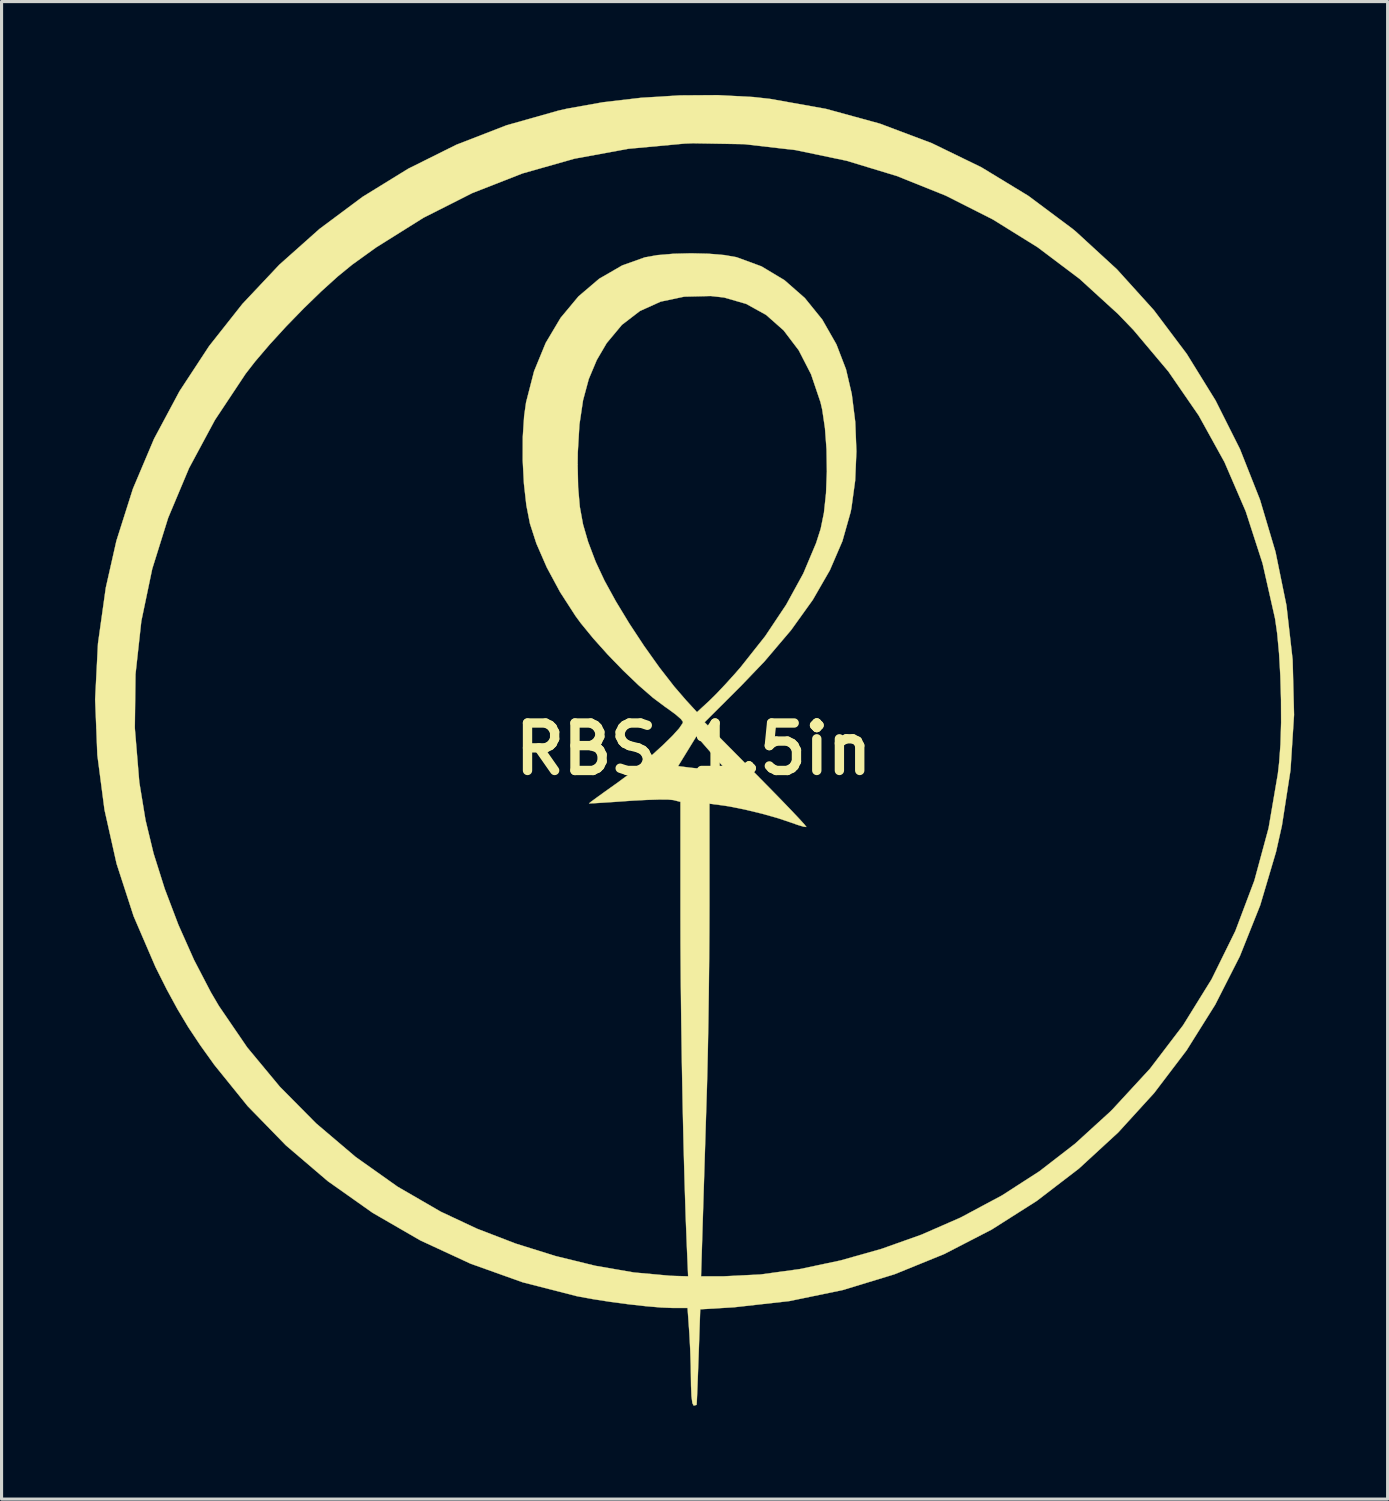
<source format=kicad_pcb>
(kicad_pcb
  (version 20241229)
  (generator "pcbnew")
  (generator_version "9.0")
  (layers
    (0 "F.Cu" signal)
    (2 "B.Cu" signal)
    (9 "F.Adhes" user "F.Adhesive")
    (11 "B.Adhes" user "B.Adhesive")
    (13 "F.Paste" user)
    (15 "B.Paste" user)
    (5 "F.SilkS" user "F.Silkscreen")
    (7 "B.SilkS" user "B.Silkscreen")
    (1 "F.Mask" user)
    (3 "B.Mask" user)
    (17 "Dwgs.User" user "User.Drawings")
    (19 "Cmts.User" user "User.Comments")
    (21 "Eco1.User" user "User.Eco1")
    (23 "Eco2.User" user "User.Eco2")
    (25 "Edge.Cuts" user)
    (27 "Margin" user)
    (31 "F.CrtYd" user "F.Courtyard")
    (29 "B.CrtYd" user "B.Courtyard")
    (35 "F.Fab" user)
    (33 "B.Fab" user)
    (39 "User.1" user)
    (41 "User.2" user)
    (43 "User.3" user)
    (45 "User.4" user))
  (footprint "RBS_1.5in"
    (layer "F.Cu")
    (at 19.223 21.001)
    (property "Reference" "RBS_1.5in" (at 0 0 0) (layer "F.SilkS") (effects (font (size 1.524 1.524) (thickness 0.3))))
    (attr through_hole)
    (fp_poly (pts (xy 1.921 -20.935) (xy 2.458 -20.875) (xy 4.249 -20.555) (xy 5.982 -20.08) (xy 7.648 -19.453) (xy 9.24 -18.679) (xy 10.748 -17.762) (xy 12.166 -16.704) (xy 12.277 -16.612) (xy 13.592 -15.404) (xy 14.779 -14.091) (xy 15.836 -12.685) (xy 16.758 -11.194) (xy 17.543 -9.631) (xy 18.186 -8.006) (xy 18.685 -6.329) (xy 19.036 -4.611) (xy 19.235 -2.863) (xy 19.28 -1.095) (xy 19.166 0.683) (xy 18.891 2.459) (xy 18.702 3.302) (xy 18.194 5.016) (xy 17.54 6.654) (xy 16.749 8.21) (xy 15.829 9.677) (xy 14.788 11.047) (xy 13.633 12.314) (xy 12.374 13.472) (xy 11.018 14.512) (xy 9.573 15.43) (xy 8.048 16.217) (xy 6.451 16.867) (xy 4.79 17.373) (xy 3.073 17.728) (xy 1.308 17.926) (xy 1.185 17.934) (xy 0.212 17.992) (xy 0.159 19.516) (xy 0.141 20.004) (xy 0.125 20.43) (xy 0.111 20.766) (xy 0.101 20.986) (xy 0.095 21.061) (xy 0.018 21.082) (xy 0 21.082) (xy -0.04 21.002) (xy -0.069 20.779) (xy -0.083 20.44) (xy -0.085 20.291) (xy -0.092 19.811) (xy -0.11 19.273) (xy -0.136 18.784) (xy -0.14 18.724) (xy -0.195 17.949) (xy -0.672 17.949) (xy -1.045 17.934) (xy -1.536 17.892) (xy -2.098 17.829) (xy -2.684 17.751) (xy -3.246 17.663) (xy -3.737 17.573) (xy -3.755 17.569) (xy -5.488 17.125) (xy -7.165 16.526) (xy -8.775 15.78) (xy -10.306 14.895) (xy -11.748 13.876) (xy -13.09 12.73) (xy -14.321 11.466) (xy -15.391 10.142) (xy -15.843 9.51) (xy -16.228 8.931) (xy -16.575 8.351) (xy -16.919 7.719) (xy -17.28 6.999) (xy -17.982 5.369) (xy -18.529 3.684) (xy -18.917 1.954) (xy -19.147 0.192) (xy -19.181 -0.674) (xy -17.944 -0.674) (xy -17.8 1.067) (xy -17.6 2.286) (xy -17.342 3.354) (xy -16.983 4.491) (xy -16.544 5.647) (xy -16.043 6.772) (xy -15.5 7.816) (xy -15.242 8.255) (xy -14.336 9.581) (xy -13.288 10.844) (xy -12.12 12.024) (xy -10.852 13.101) (xy -9.506 14.055) (xy -8.116 14.86) (xy -6.954 15.405) (xy -5.714 15.882) (xy -4.435 16.282) (xy -3.156 16.595) (xy -1.913 16.81) (xy -0.746 16.916) (xy -0.575 16.922) (xy -0.176 16.933) (xy -0.217 15.981) (xy -0.255 15.014) (xy -0.29 13.911) (xy -0.323 12.704) (xy -0.352 11.426) (xy -0.377 10.11) (xy -0.397 8.789) (xy -0.412 7.495) (xy -0.421 6.261) (xy -0.423 5.325) (xy -0.423 1.697) (xy -0.653 1.639) (xy -0.819 1.624) (xy -1.115 1.623) (xy -1.506 1.635) (xy -1.953 1.658) (xy -2.114 1.669) (xy -2.549 1.7) (xy -2.919 1.724) (xy -3.193 1.741) (xy -3.34 1.747) (xy -3.358 1.747) (xy -3.298 1.697) (xy -3.124 1.569) (xy -2.863 1.38) (xy -2.538 1.149) (xy -2.469 1.101) (xy -2.091 0.821) (xy -1.754 0.55) (xy -0.499 0.55) (xy -0.101 0.601) (xy 0.243 0.636) (xy 0.597 0.661) (xy 0.671 0.664) (xy 1.046 0.677) (xy 0.879 0.487) (xy 0.726 0.312) (xy 0.521 0.077) (xy 0.402 -0.059) (xy 0.093 -0.415) (xy -0.203 0.068) (xy -0.499 0.55) (xy -1.754 0.55) (xy -1.701 0.507) (xy -1.32 0.181) (xy -0.972 -0.137) (xy -0.679 -0.425) (xy -0.465 -0.662) (xy -0.353 -0.827) (xy -0.341 -0.871) (xy -0.409 -0.963) (xy -0.585 -1.116) (xy -0.837 -1.3) (xy -0.913 -1.352) (xy -1.308 -1.648) (xy -1.769 -2.049) (xy -2.263 -2.522) (xy -2.759 -3.034) (xy -3.223 -3.552) (xy -3.624 -4.042) (xy -3.794 -4.274) (xy -4.289 -5.041) (xy -4.715 -5.832) (xy -5.05 -6.601) (xy -5.256 -7.239) (xy -5.371 -7.826) (xy -5.449 -8.522) (xy -5.481 -9.136) (xy -3.724 -9.136) (xy -3.709 -8.402) (xy -3.655 -7.779) (xy -3.552 -7.215) (xy -3.389 -6.654) (xy -3.158 -6.043) (xy -3.134 -5.986) (xy -2.862 -5.406) (xy -2.497 -4.741) (xy -2.066 -4.03) (xy -1.593 -3.312) (xy -1.103 -2.623) (xy -0.622 -2.004) (xy -0.237 -1.558) (xy 0.108 -1.183) (xy 0.5 -1.544) (xy 0.724 -1.765) (xy 1.013 -2.07) (xy 1.321 -2.41) (xy 1.508 -2.625) (xy 2.297 -3.621) (xy 2.972 -4.632) (xy 3.522 -5.636) (xy 3.933 -6.611) (xy 4.08 -7.07) (xy 4.185 -7.584) (xy 4.252 -8.213) (xy 4.279 -8.908) (xy 4.268 -9.62) (xy 4.218 -10.3) (xy 4.13 -10.896) (xy 4.075 -11.134) (xy 3.771 -12.032) (xy 3.375 -12.803) (xy 2.892 -13.44) (xy 2.328 -13.939) (xy 1.688 -14.293) (xy 0.978 -14.498) (xy 0.551 -14.546) (xy -0.303 -14.525) (xy -1.06 -14.365) (xy -1.725 -14.064) (xy -2.302 -13.621) (xy -2.793 -13.032) (xy -3.11 -12.491) (xy -3.367 -11.88) (xy -3.551 -11.198) (xy -3.667 -10.419) (xy -3.72 -9.517) (xy -3.724 -9.136) (xy -5.481 -9.136) (xy -5.488 -9.27) (xy -5.486 -10.013) (xy -5.442 -10.694) (xy -5.38 -11.132) (xy -5.123 -12.131) (xy -4.75 -13.039) (xy -4.272 -13.843) (xy -3.697 -14.534) (xy -3.034 -15.099) (xy -2.294 -15.527) (xy -1.563 -15.788) (xy -1.161 -15.859) (xy -0.649 -15.902) (xy -0.082 -15.917) (xy 0.483 -15.903) (xy 0.992 -15.86) (xy 1.38 -15.791) (xy 2.18 -15.497) (xy 2.915 -15.056) (xy 3.57 -14.482) (xy 4.131 -13.789) (xy 4.586 -12.991) (xy 4.893 -12.192) (xy 5.078 -11.398) (xy 5.19 -10.502) (xy 5.227 -9.559) (xy 5.187 -8.62) (xy 5.067 -7.738) (xy 5.041 -7.607) (xy 4.778 -6.677) (xy 4.375 -5.741) (xy 3.827 -4.79) (xy 3.129 -3.817) (xy 2.276 -2.813) (xy 1.513 -2.017) (xy 0.352 -0.859) (xy 2.002 0.807) (xy 2.43 1.242) (xy 2.815 1.636) (xy 3.141 1.975) (xy 3.394 2.243) (xy 3.559 2.424) (xy 3.62 2.503) (xy 3.62 2.504) (xy 3.53 2.494) (xy 3.333 2.435) (xy 3.16 2.373) (xy 2.72 2.225) (xy 2.188 2.075) (xy 1.637 1.942) (xy 1.14 1.843) (xy 0.953 1.814) (xy 0.508 1.756) (xy 0.508 5.006) (xy 0.505 5.881) (xy 0.498 6.833) (xy 0.487 7.816) (xy 0.473 8.787) (xy 0.456 9.7) (xy 0.437 10.512) (xy 0.427 10.88) (xy 0.403 11.639) (xy 0.378 12.441) (xy 0.353 13.244) (xy 0.329 14.004) (xy 0.308 14.679) (xy 0.291 15.219) (xy 0.238 16.933) (xy 0.961 16.933) (xy 2.144 16.874) (xy 3.408 16.701) (xy 4.716 16.424) (xy 6.033 16.052) (xy 7.321 15.594) (xy 8.544 15.059) (xy 8.594 15.035) (xy 9.904 14.334) (xy 11.107 13.558) (xy 12.247 12.676) (xy 13.364 11.658) (xy 13.448 11.575) (xy 14.655 10.266) (xy 15.717 8.872) (xy 16.631 7.397) (xy 17.395 5.846) (xy 18.006 4.225) (xy 18.463 2.539) (xy 18.761 0.793) (xy 18.802 0.434) (xy 18.845 -0.153) (xy 18.865 -0.843) (xy 18.862 -1.589) (xy 18.84 -2.347) (xy 18.799 -3.07) (xy 18.739 -3.712) (xy 18.67 -4.191) (xy 18.27 -5.958) (xy 17.729 -7.631) (xy 17.046 -9.213) (xy 16.219 -10.709) (xy 15.246 -12.121) (xy 14.126 -13.452) (xy 13.631 -13.967) (xy 12.394 -15.096) (xy 11.048 -16.11) (xy 9.611 -17.003) (xy 8.099 -17.768) (xy 6.527 -18.399) (xy 4.914 -18.889) (xy 3.274 -19.232) (xy 1.624 -19.422) (xy -0.02 -19.451) (xy -0.294 -19.44) (xy -2.094 -19.274) (xy -3.825 -18.956) (xy -5.493 -18.483) (xy -7.106 -17.852) (xy -8.671 -17.061) (xy -10.194 -16.107) (xy -10.961 -15.555) (xy -11.423 -15.178) (xy -11.953 -14.699) (xy -12.517 -14.152) (xy -13.082 -13.571) (xy -13.613 -12.991) (xy -14.079 -12.445) (xy -14.385 -12.051) (xy -15.372 -10.564) (xy -16.202 -9.02) (xy -16.873 -7.423) (xy -17.385 -5.784) (xy -17.735 -4.107) (xy -17.922 -2.402) (xy -17.944 -0.674) (xy -19.181 -0.674) (xy -19.218 -1.592) (xy -19.127 -3.385) (xy -18.876 -5.177) (xy -18.535 -6.685) (xy -18.005 -8.355) (xy -17.326 -9.96) (xy -16.507 -11.491) (xy -15.557 -12.939) (xy -14.486 -14.295) (xy -13.302 -15.552) (xy -12.014 -16.699) (xy -10.632 -17.729) (xy -9.165 -18.633) (xy -7.621 -19.402) (xy -6.01 -20.027) (xy -4.341 -20.499) (xy -4.061 -20.562) (xy -2.909 -20.768) (xy -1.685 -20.911) (xy -0.439 -20.988) (xy 0.779 -20.996) (xy 1.921 -20.935)) (stroke (width 0.01) (type solid)) (fill yes) (layer "F.SilkS")))
  (gr_rect
    (start -3 -3)
    (end 41.508 45.088)
    (stroke (width 0.1) (type default))
    (fill no)
    (layer "Edge.Cuts")))
</source>
